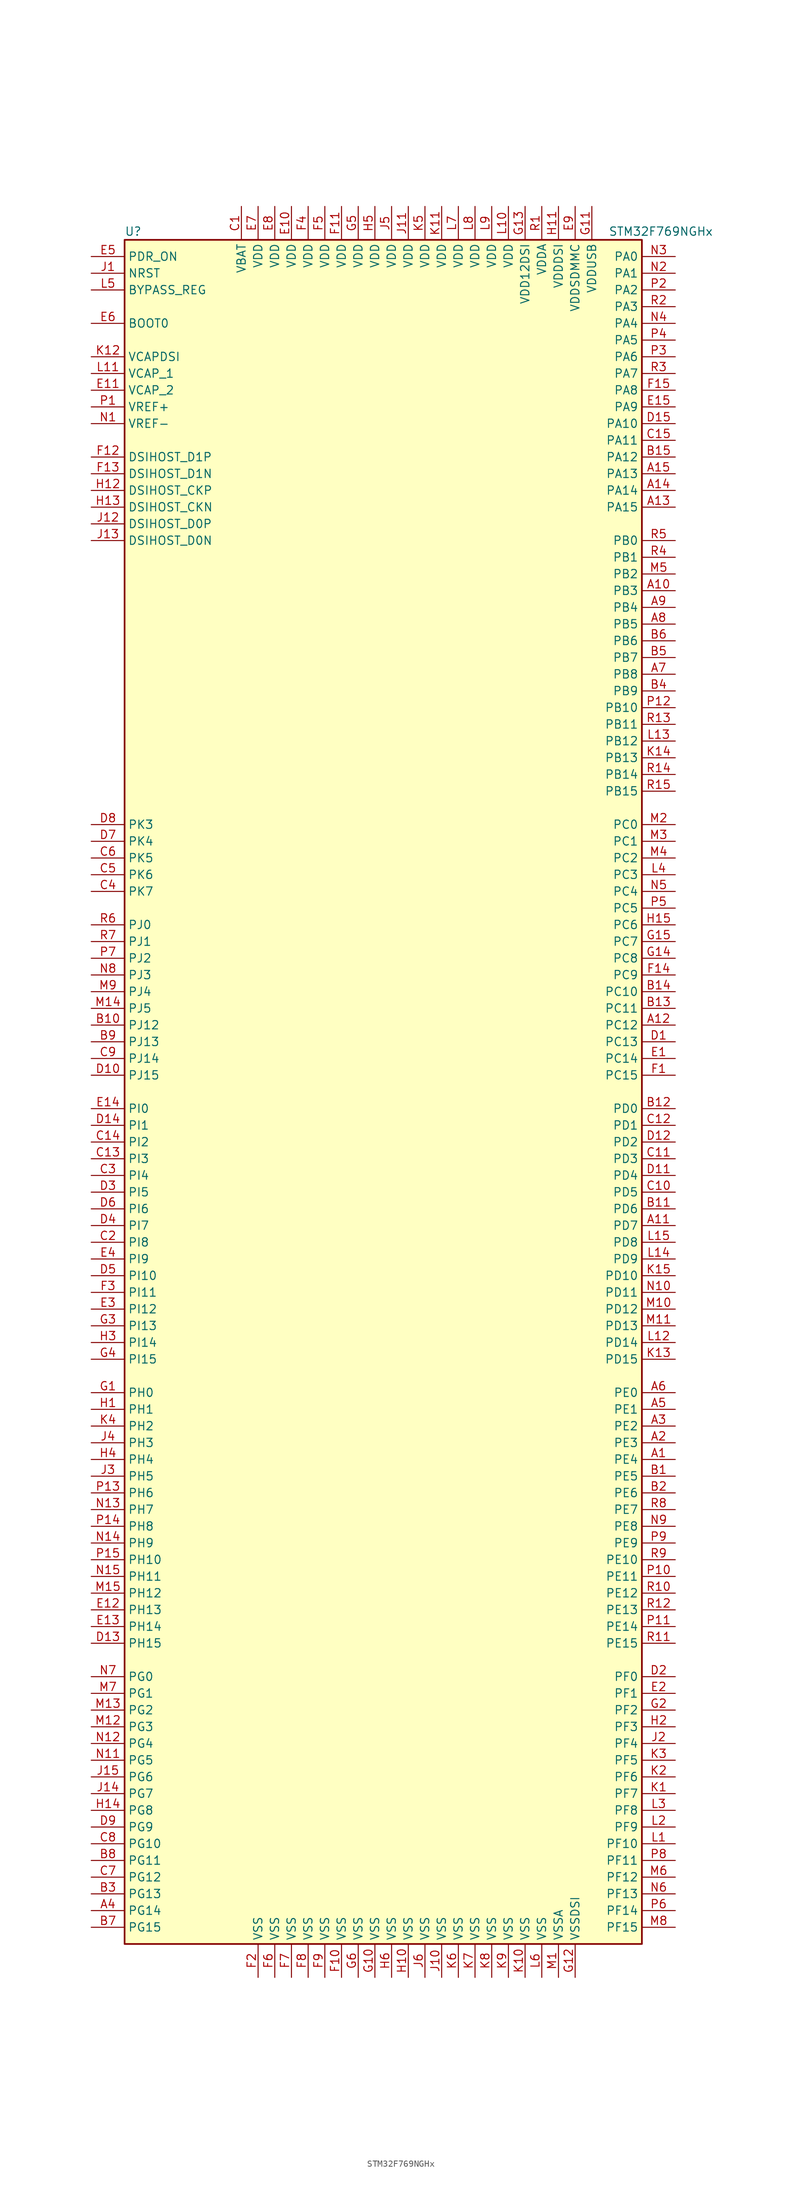
<source format=kicad_sym>
(kicad_symbol_lib
  (version 20220914)
  (generator kicad_symbol_editor)
  (symbol "STM32F769NGHx"
    (property "Reference" "U"
      (at -40.64 130.81 0)
      (effects (font (size 1.27 1.27)) (justify left)))
    (property "Value" "STM32F769NGHx"
      (at 33.02 130.81 0)
      (effects (font (size 1.27 1.27)) (justify left)))
    (symbol "STM32F769NGHx_0_1"
      (rectangle (start -40.64 -129.54) (end 38.1 129.54) (stroke (width 0.254) (type default)) (fill (type background))))
    (symbol "STM32F769NGHx_1_1"
      (pin bidirectional line (at 43.18 -55.88 180) (length 5.08) (name "PE4" (effects (font (size 1.27 1.27)))) (number "A1" (effects (font (size 1.27 1.27)))))
      (pin bidirectional line (at 43.18 76.2 180) (length 5.08) (name "PB3" (effects (font (size 1.27 1.27)))) (number "A10" (effects (font (size 1.27 1.27)))))
      (pin bidirectional line (at 43.18 -20.32 180) (length 5.08) (name "PD7" (effects (font (size 1.27 1.27)))) (number "A11" (effects (font (size 1.27 1.27)))))
      (pin bidirectional line (at 43.18 10.16 180) (length 5.08) (name "PC12" (effects (font (size 1.27 1.27)))) (number "A12" (effects (font (size 1.27 1.27)))))
      (pin bidirectional line (at 43.18 88.9 180) (length 5.08) (name "PA15" (effects (font (size 1.27 1.27)))) (number "A13" (effects (font (size 1.27 1.27)))))
      (pin bidirectional line (at 43.18 91.44 180) (length 5.08) (name "PA14" (effects (font (size 1.27 1.27)))) (number "A14" (effects (font (size 1.27 1.27)))))
      (pin bidirectional line (at 43.18 93.98 180) (length 5.08) (name "PA13" (effects (font (size 1.27 1.27)))) (number "A15" (effects (font (size 1.27 1.27)))))
      (pin bidirectional line (at 43.18 -53.34 180) (length 5.08) (name "PE3" (effects (font (size 1.27 1.27)))) (number "A2" (effects (font (size 1.27 1.27)))))
      (pin bidirectional line (at 43.18 -50.8 180) (length 5.08) (name "PE2" (effects (font (size 1.27 1.27)))) (number "A3" (effects (font (size 1.27 1.27)))))
      (pin bidirectional line (at -45.72 -124.46 0) (length 5.08) (name "PG14" (effects (font (size 1.27 1.27)))) (number "A4" (effects (font (size 1.27 1.27)))))
      (pin bidirectional line (at 43.18 -48.26 180) (length 5.08) (name "PE1" (effects (font (size 1.27 1.27)))) (number "A5" (effects (font (size 1.27 1.27)))))
      (pin bidirectional line (at 43.18 -45.72 180) (length 5.08) (name "PE0" (effects (font (size 1.27 1.27)))) (number "A6" (effects (font (size 1.27 1.27)))))
      (pin bidirectional line (at 43.18 63.5 180) (length 5.08) (name "PB8" (effects (font (size 1.27 1.27)))) (number "A7" (effects (font (size 1.27 1.27)))))
      (pin bidirectional line (at 43.18 71.12 180) (length 5.08) (name "PB5" (effects (font (size 1.27 1.27)))) (number "A8" (effects (font (size 1.27 1.27)))))
      (pin bidirectional line (at 43.18 73.66 180) (length 5.08) (name "PB4" (effects (font (size 1.27 1.27)))) (number "A9" (effects (font (size 1.27 1.27)))))
      (pin bidirectional line (at 43.18 -58.42 180) (length 5.08) (name "PE5" (effects (font (size 1.27 1.27)))) (number "B1" (effects (font (size 1.27 1.27)))))
      (pin bidirectional line (at -45.72 10.16 0) (length 5.08) (name "PJ12" (effects (font (size 1.27 1.27)))) (number "B10" (effects (font (size 1.27 1.27)))))
      (pin bidirectional line (at 43.18 -17.78 180) (length 5.08) (name "PD6" (effects (font (size 1.27 1.27)))) (number "B11" (effects (font (size 1.27 1.27)))))
      (pin bidirectional line (at 43.18 -2.54 180) (length 5.08) (name "PD0" (effects (font (size 1.27 1.27)))) (number "B12" (effects (font (size 1.27 1.27)))))
      (pin bidirectional line (at 43.18 12.7 180) (length 5.08) (name "PC11" (effects (font (size 1.27 1.27)))) (number "B13" (effects (font (size 1.27 1.27)))))
      (pin bidirectional line (at 43.18 15.24 180) (length 5.08) (name "PC10" (effects (font (size 1.27 1.27)))) (number "B14" (effects (font (size 1.27 1.27)))))
      (pin bidirectional line (at 43.18 96.52 180) (length 5.08) (name "PA12" (effects (font (size 1.27 1.27)))) (number "B15" (effects (font (size 1.27 1.27)))))
      (pin bidirectional line (at 43.18 -60.96 180) (length 5.08) (name "PE6" (effects (font (size 1.27 1.27)))) (number "B2" (effects (font (size 1.27 1.27)))))
      (pin bidirectional line (at -45.72 -121.92 0) (length 5.08) (name "PG13" (effects (font (size 1.27 1.27)))) (number "B3" (effects (font (size 1.27 1.27)))))
      (pin bidirectional line (at 43.18 60.96 180) (length 5.08) (name "PB9" (effects (font (size 1.27 1.27)))) (number "B4" (effects (font (size 1.27 1.27)))))
      (pin bidirectional line (at 43.18 66.04 180) (length 5.08) (name "PB7" (effects (font (size 1.27 1.27)))) (number "B5" (effects (font (size 1.27 1.27)))))
      (pin bidirectional line (at 43.18 68.58 180) (length 5.08) (name "PB6" (effects (font (size 1.27 1.27)))) (number "B6" (effects (font (size 1.27 1.27)))))
      (pin bidirectional line (at -45.72 -127 0) (length 5.08) (name "PG15" (effects (font (size 1.27 1.27)))) (number "B7" (effects (font (size 1.27 1.27)))))
      (pin bidirectional line (at -45.72 -116.84 0) (length 5.08) (name "PG11" (effects (font (size 1.27 1.27)))) (number "B8" (effects (font (size 1.27 1.27)))))
      (pin bidirectional line (at -45.72 7.62 0) (length 5.08) (name "PJ13" (effects (font (size 1.27 1.27)))) (number "B9" (effects (font (size 1.27 1.27)))))
      (pin power_in line (at -22.86 134.62 270) (length 5.08) (name "VBAT" (effects (font (size 1.27 1.27)))) (number "C1" (effects (font (size 1.27 1.27)))))
      (pin bidirectional line (at 43.18 -15.24 180) (length 5.08) (name "PD5" (effects (font (size 1.27 1.27)))) (number "C10" (effects (font (size 1.27 1.27)))))
      (pin bidirectional line (at 43.18 -10.16 180) (length 5.08) (name "PD3" (effects (font (size 1.27 1.27)))) (number "C11" (effects (font (size 1.27 1.27)))))
      (pin bidirectional line (at 43.18 -5.08 180) (length 5.08) (name "PD1" (effects (font (size 1.27 1.27)))) (number "C12" (effects (font (size 1.27 1.27)))))
      (pin bidirectional line (at -45.72 -10.16 0) (length 5.08) (name "PI3" (effects (font (size 1.27 1.27)))) (number "C13" (effects (font (size 1.27 1.27)))))
      (pin bidirectional line (at -45.72 -7.62 0) (length 5.08) (name "PI2" (effects (font (size 1.27 1.27)))) (number "C14" (effects (font (size 1.27 1.27)))))
      (pin bidirectional line (at 43.18 99.06 180) (length 5.08) (name "PA11" (effects (font (size 1.27 1.27)))) (number "C15" (effects (font (size 1.27 1.27)))))
      (pin bidirectional line (at -45.72 -22.86 0) (length 5.08) (name "PI8" (effects (font (size 1.27 1.27)))) (number "C2" (effects (font (size 1.27 1.27)))))
      (pin bidirectional line (at -45.72 -12.7 0) (length 5.08) (name "PI4" (effects (font (size 1.27 1.27)))) (number "C3" (effects (font (size 1.27 1.27)))))
      (pin bidirectional line (at -45.72 30.48 0) (length 5.08) (name "PK7" (effects (font (size 1.27 1.27)))) (number "C4" (effects (font (size 1.27 1.27)))))
      (pin bidirectional line (at -45.72 33.02 0) (length 5.08) (name "PK6" (effects (font (size 1.27 1.27)))) (number "C5" (effects (font (size 1.27 1.27)))))
      (pin bidirectional line (at -45.72 35.56 0) (length 5.08) (name "PK5" (effects (font (size 1.27 1.27)))) (number "C6" (effects (font (size 1.27 1.27)))))
      (pin bidirectional line (at -45.72 -119.38 0) (length 5.08) (name "PG12" (effects (font (size 1.27 1.27)))) (number "C7" (effects (font (size 1.27 1.27)))))
      (pin bidirectional line (at -45.72 -114.3 0) (length 5.08) (name "PG10" (effects (font (size 1.27 1.27)))) (number "C8" (effects (font (size 1.27 1.27)))))
      (pin bidirectional line (at -45.72 5.08 0) (length 5.08) (name "PJ14" (effects (font (size 1.27 1.27)))) (number "C9" (effects (font (size 1.27 1.27)))))
      (pin bidirectional line (at 43.18 7.62 180) (length 5.08) (name "PC13" (effects (font (size 1.27 1.27)))) (number "D1" (effects (font (size 1.27 1.27)))))
      (pin bidirectional line (at -45.72 2.54 0) (length 5.08) (name "PJ15" (effects (font (size 1.27 1.27)))) (number "D10" (effects (font (size 1.27 1.27)))))
      (pin bidirectional line (at 43.18 -12.7 180) (length 5.08) (name "PD4" (effects (font (size 1.27 1.27)))) (number "D11" (effects (font (size 1.27 1.27)))))
      (pin bidirectional line (at 43.18 -7.62 180) (length 5.08) (name "PD2" (effects (font (size 1.27 1.27)))) (number "D12" (effects (font (size 1.27 1.27)))))
      (pin bidirectional line (at -45.72 -83.82 0) (length 5.08) (name "PH15" (effects (font (size 1.27 1.27)))) (number "D13" (effects (font (size 1.27 1.27)))))
      (pin bidirectional line (at -45.72 -5.08 0) (length 5.08) (name "PI1" (effects (font (size 1.27 1.27)))) (number "D14" (effects (font (size 1.27 1.27)))))
      (pin bidirectional line (at 43.18 101.6 180) (length 5.08) (name "PA10" (effects (font (size 1.27 1.27)))) (number "D15" (effects (font (size 1.27 1.27)))))
      (pin bidirectional line (at 43.18 -88.9 180) (length 5.08) (name "PF0" (effects (font (size 1.27 1.27)))) (number "D2" (effects (font (size 1.27 1.27)))))
      (pin bidirectional line (at -45.72 -15.24 0) (length 5.08) (name "PI5" (effects (font (size 1.27 1.27)))) (number "D3" (effects (font (size 1.27 1.27)))))
      (pin bidirectional line (at -45.72 -20.32 0) (length 5.08) (name "PI7" (effects (font (size 1.27 1.27)))) (number "D4" (effects (font (size 1.27 1.27)))))
      (pin bidirectional line (at -45.72 -27.94 0) (length 5.08) (name "PI10" (effects (font (size 1.27 1.27)))) (number "D5" (effects (font (size 1.27 1.27)))))
      (pin bidirectional line (at -45.72 -17.78 0) (length 5.08) (name "PI6" (effects (font (size 1.27 1.27)))) (number "D6" (effects (font (size 1.27 1.27)))))
      (pin bidirectional line (at -45.72 38.1 0) (length 5.08) (name "PK4" (effects (font (size 1.27 1.27)))) (number "D7" (effects (font (size 1.27 1.27)))))
      (pin bidirectional line (at -45.72 40.64 0) (length 5.08) (name "PK3" (effects (font (size 1.27 1.27)))) (number "D8" (effects (font (size 1.27 1.27)))))
      (pin bidirectional line (at -45.72 -111.76 0) (length 5.08) (name "PG9" (effects (font (size 1.27 1.27)))) (number "D9" (effects (font (size 1.27 1.27)))))
      (pin bidirectional line (at 43.18 5.08 180) (length 5.08) (name "PC14" (effects (font (size 1.27 1.27)))) (number "E1" (effects (font (size 1.27 1.27)))))
      (pin power_in line (at -15.24 134.62 270) (length 5.08) (name "VDD" (effects (font (size 1.27 1.27)))) (number "E10" (effects (font (size 1.27 1.27)))))
      (pin power_in line (at -45.72 106.68 0) (length 5.08) (name "VCAP_2" (effects (font (size 1.27 1.27)))) (number "E11" (effects (font (size 1.27 1.27)))))
      (pin bidirectional line (at -45.72 -78.74 0) (length 5.08) (name "PH13" (effects (font (size 1.27 1.27)))) (number "E12" (effects (font (size 1.27 1.27)))))
      (pin bidirectional line (at -45.72 -81.28 0) (length 5.08) (name "PH14" (effects (font (size 1.27 1.27)))) (number "E13" (effects (font (size 1.27 1.27)))))
      (pin bidirectional line (at -45.72 -2.54 0) (length 5.08) (name "PI0" (effects (font (size 1.27 1.27)))) (number "E14" (effects (font (size 1.27 1.27)))))
      (pin bidirectional line (at 43.18 104.14 180) (length 5.08) (name "PA9" (effects (font (size 1.27 1.27)))) (number "E15" (effects (font (size 1.27 1.27)))))
      (pin bidirectional line (at 43.18 -91.44 180) (length 5.08) (name "PF1" (effects (font (size 1.27 1.27)))) (number "E2" (effects (font (size 1.27 1.27)))))
      (pin bidirectional line (at -45.72 -33.02 0) (length 5.08) (name "PI12" (effects (font (size 1.27 1.27)))) (number "E3" (effects (font (size 1.27 1.27)))))
      (pin bidirectional line (at -45.72 -25.4 0) (length 5.08) (name "PI9" (effects (font (size 1.27 1.27)))) (number "E4" (effects (font (size 1.27 1.27)))))
      (pin input line (at -45.72 127 0) (length 5.08) (name "PDR_ON" (effects (font (size 1.27 1.27)))) (number "E5" (effects (font (size 1.27 1.27)))))
      (pin input line (at -45.72 116.84 0) (length 5.08) (name "BOOT0" (effects (font (size 1.27 1.27)))) (number "E6" (effects (font (size 1.27 1.27)))))
      (pin power_in line (at -20.32 134.62 270) (length 5.08) (name "VDD" (effects (font (size 1.27 1.27)))) (number "E7" (effects (font (size 1.27 1.27)))))
      (pin power_in line (at -17.78 134.62 270) (length 5.08) (name "VDD" (effects (font (size 1.27 1.27)))) (number "E8" (effects (font (size 1.27 1.27)))))
      (pin power_in line (at 27.94 134.62 270) (length 5.08) (name "VDDSDMMC" (effects (font (size 1.27 1.27)))) (number "E9" (effects (font (size 1.27 1.27)))))
      (pin bidirectional line (at 43.18 2.54 180) (length 5.08) (name "PC15" (effects (font (size 1.27 1.27)))) (number "F1" (effects (font (size 1.27 1.27)))))
      (pin power_in line (at -7.62 -134.62 90) (length 5.08) (name "VSS" (effects (font (size 1.27 1.27)))) (number "F10" (effects (font (size 1.27 1.27)))))
      (pin power_in line (at -7.62 134.62 270) (length 5.08) (name "VDD" (effects (font (size 1.27 1.27)))) (number "F11" (effects (font (size 1.27 1.27)))))
      (pin bidirectional line (at -45.72 96.52 0) (length 5.08) (name "DSIHOST_D1P" (effects (font (size 1.27 1.27)))) (number "F12" (effects (font (size 1.27 1.27)))))
      (pin bidirectional line (at -45.72 93.98 0) (length 5.08) (name "DSIHOST_D1N" (effects (font (size 1.27 1.27)))) (number "F13" (effects (font (size 1.27 1.27)))))
      (pin bidirectional line (at 43.18 17.78 180) (length 5.08) (name "PC9" (effects (font (size 1.27 1.27)))) (number "F14" (effects (font (size 1.27 1.27)))))
      (pin bidirectional line (at 43.18 106.68 180) (length 5.08) (name "PA8" (effects (font (size 1.27 1.27)))) (number "F15" (effects (font (size 1.27 1.27)))))
      (pin power_in line (at -20.32 -134.62 90) (length 5.08) (name "VSS" (effects (font (size 1.27 1.27)))) (number "F2" (effects (font (size 1.27 1.27)))))
      (pin bidirectional line (at -45.72 -30.48 0) (length 5.08) (name "PI11" (effects (font (size 1.27 1.27)))) (number "F3" (effects (font (size 1.27 1.27)))))
      (pin power_in line (at -12.7 134.62 270) (length 5.08) (name "VDD" (effects (font (size 1.27 1.27)))) (number "F4" (effects (font (size 1.27 1.27)))))
      (pin power_in line (at -10.16 134.62 270) (length 5.08) (name "VDD" (effects (font (size 1.27 1.27)))) (number "F5" (effects (font (size 1.27 1.27)))))
      (pin power_in line (at -17.78 -134.62 90) (length 5.08) (name "VSS" (effects (font (size 1.27 1.27)))) (number "F6" (effects (font (size 1.27 1.27)))))
      (pin power_in line (at -15.24 -134.62 90) (length 5.08) (name "VSS" (effects (font (size 1.27 1.27)))) (number "F7" (effects (font (size 1.27 1.27)))))
      (pin power_in line (at -12.7 -134.62 90) (length 5.08) (name "VSS" (effects (font (size 1.27 1.27)))) (number "F8" (effects (font (size 1.27 1.27)))))
      (pin power_in line (at -10.16 -134.62 90) (length 5.08) (name "VSS" (effects (font (size 1.27 1.27)))) (number "F9" (effects (font (size 1.27 1.27)))))
      (pin input line (at -45.72 -45.72 0) (length 5.08) (name "PH0" (effects (font (size 1.27 1.27)))) (number "G1" (effects (font (size 1.27 1.27)))))
      (pin power_in line (at -2.54 -134.62 90) (length 5.08) (name "VSS" (effects (font (size 1.27 1.27)))) (number "G10" (effects (font (size 1.27 1.27)))))
      (pin power_in line (at 30.48 134.62 270) (length 5.08) (name "VDDUSB" (effects (font (size 1.27 1.27)))) (number "G11" (effects (font (size 1.27 1.27)))))
      (pin power_in line (at 27.94 -134.62 90) (length 5.08) (name "VSSDSI" (effects (font (size 1.27 1.27)))) (number "G12" (effects (font (size 1.27 1.27)))))
      (pin power_in line (at 20.32 134.62 270) (length 5.08) (name "VDD12DSI" (effects (font (size 1.27 1.27)))) (number "G13" (effects (font (size 1.27 1.27)))))
      (pin bidirectional line (at 43.18 20.32 180) (length 5.08) (name "PC8" (effects (font (size 1.27 1.27)))) (number "G14" (effects (font (size 1.27 1.27)))))
      (pin bidirectional line (at 43.18 22.86 180) (length 5.08) (name "PC7" (effects (font (size 1.27 1.27)))) (number "G15" (effects (font (size 1.27 1.27)))))
      (pin bidirectional line (at 43.18 -93.98 180) (length 5.08) (name "PF2" (effects (font (size 1.27 1.27)))) (number "G2" (effects (font (size 1.27 1.27)))))
      (pin bidirectional line (at -45.72 -35.56 0) (length 5.08) (name "PI13" (effects (font (size 1.27 1.27)))) (number "G3" (effects (font (size 1.27 1.27)))))
      (pin bidirectional line (at -45.72 -40.64 0) (length 5.08) (name "PI15" (effects (font (size 1.27 1.27)))) (number "G4" (effects (font (size 1.27 1.27)))))
      (pin power_in line (at -5.08 134.62 270) (length 5.08) (name "VDD" (effects (font (size 1.27 1.27)))) (number "G5" (effects (font (size 1.27 1.27)))))
      (pin power_in line (at -5.08 -134.62 90) (length 5.08) (name "VSS" (effects (font (size 1.27 1.27)))) (number "G6" (effects (font (size 1.27 1.27)))))
      (pin input line (at -45.72 -48.26 0) (length 5.08) (name "PH1" (effects (font (size 1.27 1.27)))) (number "H1" (effects (font (size 1.27 1.27)))))
      (pin power_in line (at 2.54 -134.62 90) (length 5.08) (name "VSS" (effects (font (size 1.27 1.27)))) (number "H10" (effects (font (size 1.27 1.27)))))
      (pin power_in line (at 25.4 134.62 270) (length 5.08) (name "VDDDSI" (effects (font (size 1.27 1.27)))) (number "H11" (effects (font (size 1.27 1.27)))))
      (pin bidirectional line (at -45.72 91.44 0) (length 5.08) (name "DSIHOST_CKP" (effects (font (size 1.27 1.27)))) (number "H12" (effects (font (size 1.27 1.27)))))
      (pin bidirectional line (at -45.72 88.9 0) (length 5.08) (name "DSIHOST_CKN" (effects (font (size 1.27 1.27)))) (number "H13" (effects (font (size 1.27 1.27)))))
      (pin bidirectional line (at -45.72 -109.22 0) (length 5.08) (name "PG8" (effects (font (size 1.27 1.27)))) (number "H14" (effects (font (size 1.27 1.27)))))
      (pin bidirectional line (at 43.18 25.4 180) (length 5.08) (name "PC6" (effects (font (size 1.27 1.27)))) (number "H15" (effects (font (size 1.27 1.27)))))
      (pin bidirectional line (at 43.18 -96.52 180) (length 5.08) (name "PF3" (effects (font (size 1.27 1.27)))) (number "H2" (effects (font (size 1.27 1.27)))))
      (pin bidirectional line (at -45.72 -38.1 0) (length 5.08) (name "PI14" (effects (font (size 1.27 1.27)))) (number "H3" (effects (font (size 1.27 1.27)))))
      (pin bidirectional line (at -45.72 -55.88 0) (length 5.08) (name "PH4" (effects (font (size 1.27 1.27)))) (number "H4" (effects (font (size 1.27 1.27)))))
      (pin power_in line (at -2.54 134.62 270) (length 5.08) (name "VDD" (effects (font (size 1.27 1.27)))) (number "H5" (effects (font (size 1.27 1.27)))))
      (pin power_in line (at 0 -134.62 90) (length 5.08) (name "VSS" (effects (font (size 1.27 1.27)))) (number "H6" (effects (font (size 1.27 1.27)))))
      (pin input line (at -45.72 124.46 0) (length 5.08) (name "NRST" (effects (font (size 1.27 1.27)))) (number "J1" (effects (font (size 1.27 1.27)))))
      (pin power_in line (at 7.62 -134.62 90) (length 5.08) (name "VSS" (effects (font (size 1.27 1.27)))) (number "J10" (effects (font (size 1.27 1.27)))))
      (pin power_in line (at 2.54 134.62 270) (length 5.08) (name "VDD" (effects (font (size 1.27 1.27)))) (number "J11" (effects (font (size 1.27 1.27)))))
      (pin bidirectional line (at -45.72 86.36 0) (length 5.08) (name "DSIHOST_D0P" (effects (font (size 1.27 1.27)))) (number "J12" (effects (font (size 1.27 1.27)))))
      (pin bidirectional line (at -45.72 83.82 0) (length 5.08) (name "DSIHOST_D0N" (effects (font (size 1.27 1.27)))) (number "J13" (effects (font (size 1.27 1.27)))))
      (pin bidirectional line (at -45.72 -106.68 0) (length 5.08) (name "PG7" (effects (font (size 1.27 1.27)))) (number "J14" (effects (font (size 1.27 1.27)))))
      (pin bidirectional line (at -45.72 -104.14 0) (length 5.08) (name "PG6" (effects (font (size 1.27 1.27)))) (number "J15" (effects (font (size 1.27 1.27)))))
      (pin bidirectional line (at 43.18 -99.06 180) (length 5.08) (name "PF4" (effects (font (size 1.27 1.27)))) (number "J2" (effects (font (size 1.27 1.27)))))
      (pin bidirectional line (at -45.72 -58.42 0) (length 5.08) (name "PH5" (effects (font (size 1.27 1.27)))) (number "J3" (effects (font (size 1.27 1.27)))))
      (pin bidirectional line (at -45.72 -53.34 0) (length 5.08) (name "PH3" (effects (font (size 1.27 1.27)))) (number "J4" (effects (font (size 1.27 1.27)))))
      (pin power_in line (at 0 134.62 270) (length 5.08) (name "VDD" (effects (font (size 1.27 1.27)))) (number "J5" (effects (font (size 1.27 1.27)))))
      (pin power_in line (at 5.08 -134.62 90) (length 5.08) (name "VSS" (effects (font (size 1.27 1.27)))) (number "J6" (effects (font (size 1.27 1.27)))))
      (pin bidirectional line (at 43.18 -106.68 180) (length 5.08) (name "PF7" (effects (font (size 1.27 1.27)))) (number "K1" (effects (font (size 1.27 1.27)))))
      (pin power_in line (at 20.32 -134.62 90) (length 5.08) (name "VSS" (effects (font (size 1.27 1.27)))) (number "K10" (effects (font (size 1.27 1.27)))))
      (pin power_in line (at 7.62 134.62 270) (length 5.08) (name "VDD" (effects (font (size 1.27 1.27)))) (number "K11" (effects (font (size 1.27 1.27)))))
      (pin power_in line (at -45.72 111.76 0) (length 5.08) (name "VCAPDSI" (effects (font (size 1.27 1.27)))) (number "K12" (effects (font (size 1.27 1.27)))))
      (pin bidirectional line (at 43.18 -40.64 180) (length 5.08) (name "PD15" (effects (font (size 1.27 1.27)))) (number "K13" (effects (font (size 1.27 1.27)))))
      (pin bidirectional line (at 43.18 50.8 180) (length 5.08) (name "PB13" (effects (font (size 1.27 1.27)))) (number "K14" (effects (font (size 1.27 1.27)))))
      (pin bidirectional line (at 43.18 -27.94 180) (length 5.08) (name "PD10" (effects (font (size 1.27 1.27)))) (number "K15" (effects (font (size 1.27 1.27)))))
      (pin bidirectional line (at 43.18 -104.14 180) (length 5.08) (name "PF6" (effects (font (size 1.27 1.27)))) (number "K2" (effects (font (size 1.27 1.27)))))
      (pin bidirectional line (at 43.18 -101.6 180) (length 5.08) (name "PF5" (effects (font (size 1.27 1.27)))) (number "K3" (effects (font (size 1.27 1.27)))))
      (pin bidirectional line (at -45.72 -50.8 0) (length 5.08) (name "PH2" (effects (font (size 1.27 1.27)))) (number "K4" (effects (font (size 1.27 1.27)))))
      (pin power_in line (at 5.08 134.62 270) (length 5.08) (name "VDD" (effects (font (size 1.27 1.27)))) (number "K5" (effects (font (size 1.27 1.27)))))
      (pin power_in line (at 10.16 -134.62 90) (length 5.08) (name "VSS" (effects (font (size 1.27 1.27)))) (number "K6" (effects (font (size 1.27 1.27)))))
      (pin power_in line (at 12.7 -134.62 90) (length 5.08) (name "VSS" (effects (font (size 1.27 1.27)))) (number "K7" (effects (font (size 1.27 1.27)))))
      (pin power_in line (at 15.24 -134.62 90) (length 5.08) (name "VSS" (effects (font (size 1.27 1.27)))) (number "K8" (effects (font (size 1.27 1.27)))))
      (pin power_in line (at 17.78 -134.62 90) (length 5.08) (name "VSS" (effects (font (size 1.27 1.27)))) (number "K9" (effects (font (size 1.27 1.27)))))
      (pin bidirectional line (at 43.18 -114.3 180) (length 5.08) (name "PF10" (effects (font (size 1.27 1.27)))) (number "L1" (effects (font (size 1.27 1.27)))))
      (pin power_in line (at 17.78 134.62 270) (length 5.08) (name "VDD" (effects (font (size 1.27 1.27)))) (number "L10" (effects (font (size 1.27 1.27)))))
      (pin power_in line (at -45.72 109.22 0) (length 5.08) (name "VCAP_1" (effects (font (size 1.27 1.27)))) (number "L11" (effects (font (size 1.27 1.27)))))
      (pin bidirectional line (at 43.18 -38.1 180) (length 5.08) (name "PD14" (effects (font (size 1.27 1.27)))) (number "L12" (effects (font (size 1.27 1.27)))))
      (pin bidirectional line (at 43.18 53.34 180) (length 5.08) (name "PB12" (effects (font (size 1.27 1.27)))) (number "L13" (effects (font (size 1.27 1.27)))))
      (pin bidirectional line (at 43.18 -25.4 180) (length 5.08) (name "PD9" (effects (font (size 1.27 1.27)))) (number "L14" (effects (font (size 1.27 1.27)))))
      (pin bidirectional line (at 43.18 -22.86 180) (length 5.08) (name "PD8" (effects (font (size 1.27 1.27)))) (number "L15" (effects (font (size 1.27 1.27)))))
      (pin bidirectional line (at 43.18 -111.76 180) (length 5.08) (name "PF9" (effects (font (size 1.27 1.27)))) (number "L2" (effects (font (size 1.27 1.27)))))
      (pin bidirectional line (at 43.18 -109.22 180) (length 5.08) (name "PF8" (effects (font (size 1.27 1.27)))) (number "L3" (effects (font (size 1.27 1.27)))))
      (pin bidirectional line (at 43.18 33.02 180) (length 5.08) (name "PC3" (effects (font (size 1.27 1.27)))) (number "L4" (effects (font (size 1.27 1.27)))))
      (pin input line (at -45.72 121.92 0) (length 5.08) (name "BYPASS_REG" (effects (font (size 1.27 1.27)))) (number "L5" (effects (font (size 1.27 1.27)))))
      (pin power_in line (at 22.86 -134.62 90) (length 5.08) (name "VSS" (effects (font (size 1.27 1.27)))) (number "L6" (effects (font (size 1.27 1.27)))))
      (pin power_in line (at 10.16 134.62 270) (length 5.08) (name "VDD" (effects (font (size 1.27 1.27)))) (number "L7" (effects (font (size 1.27 1.27)))))
      (pin power_in line (at 12.7 134.62 270) (length 5.08) (name "VDD" (effects (font (size 1.27 1.27)))) (number "L8" (effects (font (size 1.27 1.27)))))
      (pin power_in line (at 15.24 134.62 270) (length 5.08) (name "VDD" (effects (font (size 1.27 1.27)))) (number "L9" (effects (font (size 1.27 1.27)))))
      (pin power_in line (at 25.4 -134.62 90) (length 5.08) (name "VSSA" (effects (font (size 1.27 1.27)))) (number "M1" (effects (font (size 1.27 1.27)))))
      (pin bidirectional line (at 43.18 -33.02 180) (length 5.08) (name "PD12" (effects (font (size 1.27 1.27)))) (number "M10" (effects (font (size 1.27 1.27)))))
      (pin bidirectional line (at 43.18 -35.56 180) (length 5.08) (name "PD13" (effects (font (size 1.27 1.27)))) (number "M11" (effects (font (size 1.27 1.27)))))
      (pin bidirectional line (at -45.72 -96.52 0) (length 5.08) (name "PG3" (effects (font (size 1.27 1.27)))) (number "M12" (effects (font (size 1.27 1.27)))))
      (pin bidirectional line (at -45.72 -93.98 0) (length 5.08) (name "PG2" (effects (font (size 1.27 1.27)))) (number "M13" (effects (font (size 1.27 1.27)))))
      (pin bidirectional line (at -45.72 12.7 0) (length 5.08) (name "PJ5" (effects (font (size 1.27 1.27)))) (number "M14" (effects (font (size 1.27 1.27)))))
      (pin bidirectional line (at -45.72 -76.2 0) (length 5.08) (name "PH12" (effects (font (size 1.27 1.27)))) (number "M15" (effects (font (size 1.27 1.27)))))
      (pin bidirectional line (at 43.18 40.64 180) (length 5.08) (name "PC0" (effects (font (size 1.27 1.27)))) (number "M2" (effects (font (size 1.27 1.27)))))
      (pin bidirectional line (at 43.18 38.1 180) (length 5.08) (name "PC1" (effects (font (size 1.27 1.27)))) (number "M3" (effects (font (size 1.27 1.27)))))
      (pin bidirectional line (at 43.18 35.56 180) (length 5.08) (name "PC2" (effects (font (size 1.27 1.27)))) (number "M4" (effects (font (size 1.27 1.27)))))
      (pin bidirectional line (at 43.18 78.74 180) (length 5.08) (name "PB2" (effects (font (size 1.27 1.27)))) (number "M5" (effects (font (size 1.27 1.27)))))
      (pin bidirectional line (at 43.18 -119.38 180) (length 5.08) (name "PF12" (effects (font (size 1.27 1.27)))) (number "M6" (effects (font (size 1.27 1.27)))))
      (pin bidirectional line (at -45.72 -91.44 0) (length 5.08) (name "PG1" (effects (font (size 1.27 1.27)))) (number "M7" (effects (font (size 1.27 1.27)))))
      (pin bidirectional line (at 43.18 -127 180) (length 5.08) (name "PF15" (effects (font (size 1.27 1.27)))) (number "M8" (effects (font (size 1.27 1.27)))))
      (pin bidirectional line (at -45.72 15.24 0) (length 5.08) (name "PJ4" (effects (font (size 1.27 1.27)))) (number "M9" (effects (font (size 1.27 1.27)))))
      (pin power_in line (at -45.72 101.6 0) (length 5.08) (name "VREF-" (effects (font (size 1.27 1.27)))) (number "N1" (effects (font (size 1.27 1.27)))))
      (pin bidirectional line (at 43.18 -30.48 180) (length 5.08) (name "PD11" (effects (font (size 1.27 1.27)))) (number "N10" (effects (font (size 1.27 1.27)))))
      (pin bidirectional line (at -45.72 -101.6 0) (length 5.08) (name "PG5" (effects (font (size 1.27 1.27)))) (number "N11" (effects (font (size 1.27 1.27)))))
      (pin bidirectional line (at -45.72 -99.06 0) (length 5.08) (name "PG4" (effects (font (size 1.27 1.27)))) (number "N12" (effects (font (size 1.27 1.27)))))
      (pin bidirectional line (at -45.72 -63.5 0) (length 5.08) (name "PH7" (effects (font (size 1.27 1.27)))) (number "N13" (effects (font (size 1.27 1.27)))))
      (pin bidirectional line (at -45.72 -68.58 0) (length 5.08) (name "PH9" (effects (font (size 1.27 1.27)))) (number "N14" (effects (font (size 1.27 1.27)))))
      (pin bidirectional line (at -45.72 -73.66 0) (length 5.08) (name "PH11" (effects (font (size 1.27 1.27)))) (number "N15" (effects (font (size 1.27 1.27)))))
      (pin bidirectional line (at 43.18 124.46 180) (length 5.08) (name "PA1" (effects (font (size 1.27 1.27)))) (number "N2" (effects (font (size 1.27 1.27)))))
      (pin bidirectional line (at 43.18 127 180) (length 5.08) (name "PA0" (effects (font (size 1.27 1.27)))) (number "N3" (effects (font (size 1.27 1.27)))))
      (pin bidirectional line (at 43.18 116.84 180) (length 5.08) (name "PA4" (effects (font (size 1.27 1.27)))) (number "N4" (effects (font (size 1.27 1.27)))))
      (pin bidirectional line (at 43.18 30.48 180) (length 5.08) (name "PC4" (effects (font (size 1.27 1.27)))) (number "N5" (effects (font (size 1.27 1.27)))))
      (pin bidirectional line (at 43.18 -121.92 180) (length 5.08) (name "PF13" (effects (font (size 1.27 1.27)))) (number "N6" (effects (font (size 1.27 1.27)))))
      (pin bidirectional line (at -45.72 -88.9 0) (length 5.08) (name "PG0" (effects (font (size 1.27 1.27)))) (number "N7" (effects (font (size 1.27 1.27)))))
      (pin bidirectional line (at -45.72 17.78 0) (length 5.08) (name "PJ3" (effects (font (size 1.27 1.27)))) (number "N8" (effects (font (size 1.27 1.27)))))
      (pin bidirectional line (at 43.18 -66.04 180) (length 5.08) (name "PE8" (effects (font (size 1.27 1.27)))) (number "N9" (effects (font (size 1.27 1.27)))))
      (pin power_in line (at -45.72 104.14 0) (length 5.08) (name "VREF+" (effects (font (size 1.27 1.27)))) (number "P1" (effects (font (size 1.27 1.27)))))
      (pin bidirectional line (at 43.18 -73.66 180) (length 5.08) (name "PE11" (effects (font (size 1.27 1.27)))) (number "P10" (effects (font (size 1.27 1.27)))))
      (pin bidirectional line (at 43.18 -81.28 180) (length 5.08) (name "PE14" (effects (font (size 1.27 1.27)))) (number "P11" (effects (font (size 1.27 1.27)))))
      (pin bidirectional line (at 43.18 58.42 180) (length 5.08) (name "PB10" (effects (font (size 1.27 1.27)))) (number "P12" (effects (font (size 1.27 1.27)))))
      (pin bidirectional line (at -45.72 -60.96 0) (length 5.08) (name "PH6" (effects (font (size 1.27 1.27)))) (number "P13" (effects (font (size 1.27 1.27)))))
      (pin bidirectional line (at -45.72 -66.04 0) (length 5.08) (name "PH8" (effects (font (size 1.27 1.27)))) (number "P14" (effects (font (size 1.27 1.27)))))
      (pin bidirectional line (at -45.72 -71.12 0) (length 5.08) (name "PH10" (effects (font (size 1.27 1.27)))) (number "P15" (effects (font (size 1.27 1.27)))))
      (pin bidirectional line (at 43.18 121.92 180) (length 5.08) (name "PA2" (effects (font (size 1.27 1.27)))) (number "P2" (effects (font (size 1.27 1.27)))))
      (pin bidirectional line (at 43.18 111.76 180) (length 5.08) (name "PA6" (effects (font (size 1.27 1.27)))) (number "P3" (effects (font (size 1.27 1.27)))))
      (pin bidirectional line (at 43.18 114.3 180) (length 5.08) (name "PA5" (effects (font (size 1.27 1.27)))) (number "P4" (effects (font (size 1.27 1.27)))))
      (pin bidirectional line (at 43.18 27.94 180) (length 5.08) (name "PC5" (effects (font (size 1.27 1.27)))) (number "P5" (effects (font (size 1.27 1.27)))))
      (pin bidirectional line (at 43.18 -124.46 180) (length 5.08) (name "PF14" (effects (font (size 1.27 1.27)))) (number "P6" (effects (font (size 1.27 1.27)))))
      (pin bidirectional line (at -45.72 20.32 0) (length 5.08) (name "PJ2" (effects (font (size 1.27 1.27)))) (number "P7" (effects (font (size 1.27 1.27)))))
      (pin bidirectional line (at 43.18 -116.84 180) (length 5.08) (name "PF11" (effects (font (size 1.27 1.27)))) (number "P8" (effects (font (size 1.27 1.27)))))
      (pin bidirectional line (at 43.18 -68.58 180) (length 5.08) (name "PE9" (effects (font (size 1.27 1.27)))) (number "P9" (effects (font (size 1.27 1.27)))))
      (pin power_in line (at 22.86 134.62 270) (length 5.08) (name "VDDA" (effects (font (size 1.27 1.27)))) (number "R1" (effects (font (size 1.27 1.27)))))
      (pin bidirectional line (at 43.18 -76.2 180) (length 5.08) (name "PE12" (effects (font (size 1.27 1.27)))) (number "R10" (effects (font (size 1.27 1.27)))))
      (pin bidirectional line (at 43.18 -83.82 180) (length 5.08) (name "PE15" (effects (font (size 1.27 1.27)))) (number "R11" (effects (font (size 1.27 1.27)))))
      (pin bidirectional line (at 43.18 -78.74 180) (length 5.08) (name "PE13" (effects (font (size 1.27 1.27)))) (number "R12" (effects (font (size 1.27 1.27)))))
      (pin bidirectional line (at 43.18 55.88 180) (length 5.08) (name "PB11" (effects (font (size 1.27 1.27)))) (number "R13" (effects (font (size 1.27 1.27)))))
      (pin bidirectional line (at 43.18 48.26 180) (length 5.08) (name "PB14" (effects (font (size 1.27 1.27)))) (number "R14" (effects (font (size 1.27 1.27)))))
      (pin bidirectional line (at 43.18 45.72 180) (length 5.08) (name "PB15" (effects (font (size 1.27 1.27)))) (number "R15" (effects (font (size 1.27 1.27)))))
      (pin bidirectional line (at 43.18 119.38 180) (length 5.08) (name "PA3" (effects (font (size 1.27 1.27)))) (number "R2" (effects (font (size 1.27 1.27)))))
      (pin bidirectional line (at 43.18 109.22 180) (length 5.08) (name "PA7" (effects (font (size 1.27 1.27)))) (number "R3" (effects (font (size 1.27 1.27)))))
      (pin bidirectional line (at 43.18 81.28 180) (length 5.08) (name "PB1" (effects (font (size 1.27 1.27)))) (number "R4" (effects (font (size 1.27 1.27)))))
      (pin bidirectional line (at 43.18 83.82 180) (length 5.08) (name "PB0" (effects (font (size 1.27 1.27)))) (number "R5" (effects (font (size 1.27 1.27)))))
      (pin bidirectional line (at -45.72 25.4 0) (length 5.08) (name "PJ0" (effects (font (size 1.27 1.27)))) (number "R6" (effects (font (size 1.27 1.27)))))
      (pin bidirectional line (at -45.72 22.86 0) (length 5.08) (name "PJ1" (effects (font (size 1.27 1.27)))) (number "R7" (effects (font (size 1.27 1.27)))))
      (pin bidirectional line (at 43.18 -63.5 180) (length 5.08) (name "PE7" (effects (font (size 1.27 1.27)))) (number "R8" (effects (font (size 1.27 1.27)))))
      (pin bidirectional line (at 43.18 -71.12 180) (length 5.08) (name "PE10" (effects (font (size 1.27 1.27)))) (number "R9" (effects (font (size 1.27 1.27))))))))
</source>
